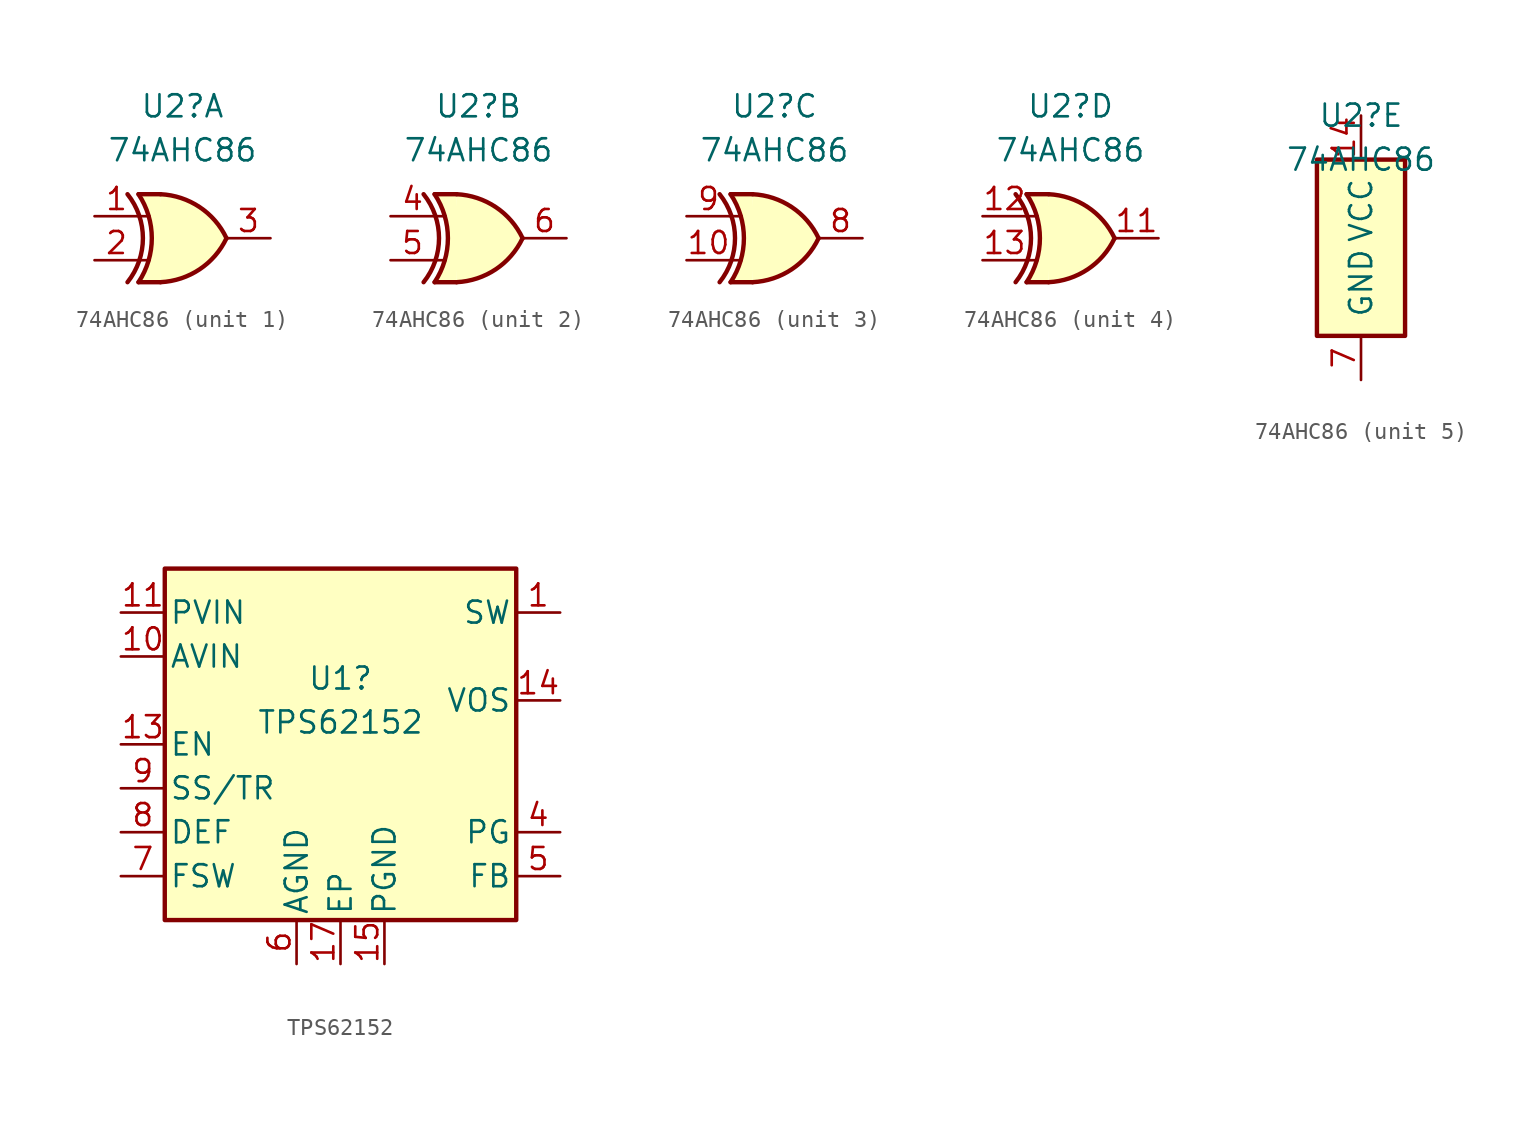
<source format=kicad_sym>
(kicad_symbol_lib
  (version 20220914)
  (generator kicad_symbol_editor)
  (symbol "74AHC86"
    (pin_names
      (offset 1.016))
    (property "Reference" "U2"
      (at 0 7.62 0)
      (effects (font (size 1.27 1.27))))
    (property "Value" "74AHC86"
      (at 0 5.08 0)
      (effects (font (size 1.27 1.27))))
    (property "ki_locked" ""
      (at 0 0 0)
      (effects (font (size 1.27 1.27))))
    (symbol "74AHC86_1_0"
      (arc (start -3.175 -2.54) (mid -2.2852 0) (end -3.175 2.54) (stroke (width 0.254) (type default)) (fill (type none)))
      (arc (start -2.54 -2.54) (mid -1.7719 0) (end -2.54 2.54) (stroke (width 0.254) (type default)) (fill (type none)))
      (arc (start -1.27 -2.54) (mid 0.9869 -1.7979) (end 2.54 0) (stroke (width 0.254) (type default)) (fill (type background)))
      (polyline (pts (xy -2.54 -2.54) (xy -1.27 -2.54)) (stroke (width 0.254) (type default)) (fill (type background)))
      (polyline (pts (xy -2.54 2.54) (xy -1.27 2.54)) (stroke (width 0.254) (type default)) (fill (type background)))
      (polyline (pts (xy -1.27 2.54) (xy -2.54 2.54) (xy -1.905 1.27) (xy -1.778 0) (xy -1.905 -1.27) (xy -2.54 -2.54) (xy -1.27 -2.54)) (stroke (width -25.4) (type default)) (fill (type background)))
      (arc (start 2.54 0) (mid 0.9869 1.7978) (end -1.27 2.54) (stroke (width 0.254) (type default)) (fill (type background)))
      (pin input line (at -5.08 1.27 0) (length 2.54) (name "~" (effects (font (size 1.27 1.27)))) (number "1" (effects (font (size 1.27 1.27)))))
      (pin input line (at -5.08 -1.27 0) (length 2.54) (name "~" (effects (font (size 1.27 1.27)))) (number "2" (effects (font (size 1.27 1.27)))))
      (pin output line (at 5.08 0 180) (length 2.54) (name "~" (effects (font (size 1.27 1.27)))) (number "3" (effects (font (size 1.27 1.27))))))
    (symbol "74AHC86_1_1"
      (polyline (pts (xy -2.54 -1.27) (xy -1.905 -1.27)) (stroke (width 0.152) (type default)) (fill (type none)))
      (polyline (pts (xy -2.54 1.27) (xy -1.905 1.27)) (stroke (width 0.152) (type default)) (fill (type none))))
    (symbol "74AHC86_2_0"
      (arc (start -3.1693 -2.54) (mid -2.2795 0) (end -3.1693 2.54) (stroke (width 0.254) (type default)) (fill (type none)))
      (arc (start -2.5343 -2.54) (mid -1.7662 0) (end -2.5343 2.54) (stroke (width 0.254) (type default)) (fill (type none)))
      (arc (start -1.2643 -2.54) (mid 0.9926 -1.7979) (end 2.5457 0) (stroke (width 0.254) (type default)) (fill (type background)))
      (polyline (pts (xy -2.534 -2.54) (xy -1.264 -2.54)) (stroke (width 0.254) (type default)) (fill (type background)))
      (polyline (pts (xy -2.534 2.54) (xy -1.264 2.54)) (stroke (width 0.254) (type default)) (fill (type background)))
      (polyline (pts (xy -1.264 2.54) (xy -2.534 2.54) (xy -1.899 1.27) (xy -1.772 0) (xy -1.899 -1.27) (xy -2.534 -2.54) (xy -1.264 -2.54)) (stroke (width -25.4) (type default)) (fill (type background)))
      (arc (start 2.5457 0) (mid 0.9926 1.7978) (end -1.2643 2.54) (stroke (width 0.254) (type default)) (fill (type background)))
      (pin input line (at -5.08 1.27 0) (length 2.54) (name "~" (effects (font (size 1.27 1.27)))) (number "4" (effects (font (size 1.27 1.27)))))
      (pin input line (at -5.08 -1.27 0) (length 2.54) (name "~" (effects (font (size 1.27 1.27)))) (number "5" (effects (font (size 1.27 1.27)))))
      (pin output line (at 5.08 0 180) (length 2.54) (name "~" (effects (font (size 1.27 1.27)))) (number "6" (effects (font (size 1.27 1.27))))))
    (symbol "74AHC86_2_1"
      (polyline (pts (xy -2.534 -1.27) (xy -1.899 -1.27)) (stroke (width 0.152) (type default)) (fill (type none)))
      (polyline (pts (xy -2.534 1.27) (xy -1.899 1.27)) (stroke (width 0.152) (type default)) (fill (type none))))
    (symbol "74AHC86_3_0"
      (arc (start -3.1693 -2.54) (mid -2.2795 0) (end -3.1693 2.54) (stroke (width 0.254) (type default)) (fill (type none)))
      (arc (start -2.5343 -2.54) (mid -1.7662 0) (end -2.5343 2.54) (stroke (width 0.254) (type default)) (fill (type none)))
      (arc (start -1.2643 -2.54) (mid 0.9926 -1.7979) (end 2.5457 0) (stroke (width 0.254) (type default)) (fill (type background)))
      (polyline (pts (xy -2.534 -2.54) (xy -1.264 -2.54)) (stroke (width 0.254) (type default)) (fill (type background)))
      (polyline (pts (xy -2.534 2.54) (xy -1.264 2.54)) (stroke (width 0.254) (type default)) (fill (type background)))
      (polyline (pts (xy -1.264 2.54) (xy -2.534 2.54) (xy -1.899 1.27) (xy -1.772 0) (xy -1.899 -1.27) (xy -2.534 -2.54) (xy -1.264 -2.54)) (stroke (width -25.4) (type default)) (fill (type background)))
      (arc (start 2.5457 0) (mid 0.9926 1.7978) (end -1.2643 2.54) (stroke (width 0.254) (type default)) (fill (type background)))
      (pin input line (at -5.08 -1.27 0) (length 2.54) (name "~" (effects (font (size 1.27 1.27)))) (number "10" (effects (font (size 1.27 1.27)))))
      (pin output line (at 5.08 0 180) (length 2.54) (name "~" (effects (font (size 1.27 1.27)))) (number "8" (effects (font (size 1.27 1.27)))))
      (pin input line (at -5.08 1.27 0) (length 2.54) (name "~" (effects (font (size 1.27 1.27)))) (number "9" (effects (font (size 1.27 1.27))))))
    (symbol "74AHC86_3_1"
      (polyline (pts (xy -2.534 -1.27) (xy -1.899 -1.27)) (stroke (width 0.152) (type default)) (fill (type none)))
      (polyline (pts (xy -2.534 1.27) (xy -1.899 1.27)) (stroke (width 0.152) (type default)) (fill (type none))))
    (symbol "74AHC86_4_0"
      (arc (start -3.1693 -2.54) (mid -2.2795 0) (end -3.1693 2.54) (stroke (width 0.254) (type default)) (fill (type none)))
      (arc (start -2.5343 -2.54) (mid -1.7662 0) (end -2.5343 2.54) (stroke (width 0.254) (type default)) (fill (type none)))
      (arc (start -1.2643 -2.54) (mid 0.9926 -1.7979) (end 2.5457 0) (stroke (width 0.254) (type default)) (fill (type background)))
      (polyline (pts (xy -2.534 -2.54) (xy -1.264 -2.54)) (stroke (width 0.254) (type default)) (fill (type background)))
      (polyline (pts (xy -2.534 2.54) (xy -1.264 2.54)) (stroke (width 0.254) (type default)) (fill (type background)))
      (polyline (pts (xy -1.264 2.54) (xy -2.534 2.54) (xy -1.899 1.27) (xy -1.772 0) (xy -1.899 -1.27) (xy -2.534 -2.54) (xy -1.264 -2.54)) (stroke (width -25.4) (type default)) (fill (type background)))
      (arc (start 2.5457 0) (mid 0.9926 1.7978) (end -1.2643 2.54) (stroke (width 0.254) (type default)) (fill (type background)))
      (pin output line (at 5.08 0 180) (length 2.54) (name "~" (effects (font (size 1.27 1.27)))) (number "11" (effects (font (size 1.27 1.27)))))
      (pin input line (at -5.08 1.27 0) (length 2.54) (name "~" (effects (font (size 1.27 1.27)))) (number "12" (effects (font (size 1.27 1.27)))))
      (pin input line (at -5.08 -1.27 0) (length 2.54) (name "~" (effects (font (size 1.27 1.27)))) (number "13" (effects (font (size 1.27 1.27))))))
    (symbol "74AHC86_4_1"
      (polyline (pts (xy -2.534 -1.27) (xy -1.899 -1.27)) (stroke (width 0.152) (type default)) (fill (type none)))
      (polyline (pts (xy -2.534 1.27) (xy -1.899 1.27)) (stroke (width 0.152) (type default)) (fill (type none))))
    (symbol "74AHC86_5_0"
      (pin power_in line (at 0 7.62 270) (length 2.54) (name "VCC" (effects (font (size 1.27 1.27)))) (number "14" (effects (font (size 1.27 1.27)))))
      (pin power_in line (at 0 -7.62 90) (length 2.54) (name "GND" (effects (font (size 1.27 1.27)))) (number "7" (effects (font (size 1.27 1.27))))))
    (symbol "74AHC86_5_1"
      (rectangle (start -2.54 5.08) (end 2.54 -5.08) (stroke (width 0.254) (type default)) (fill (type background)))))
  (symbol "TPS62152"
    (pin_names
      (offset 0.254))
    (property "Reference" "U1"
      (at 0 3.81 0)
      (effects (font (size 1.27 1.27))))
    (property "Value" "TPS62152"
      (at 0 1.27 0)
      (effects (font (size 1.27 1.27))))
    (symbol "TPS62152_0_1"
      (rectangle (start -10.16 10.16) (end 10.16 -10.16) (stroke (width 0.254) (type default)) (fill (type background))))
    (symbol "TPS62152_1_1"
      (pin output line (at 12.7 7.62 180) (length 2.54) (name "SW" (effects (font (size 1.27 1.27)))) (number "1" (effects (font (size 1.27 1.27)))))
      (pin power_in line (at -12.7 5.08 0) (length 2.54) (name "AVIN" (effects (font (size 1.27 1.27)))) (number "10" (effects (font (size 1.27 1.27)))))
      (pin power_in line (at -12.7 7.62 0) (length 2.54) (name "PVIN" (effects (font (size 1.27 1.27)))) (number "11" (effects (font (size 1.27 1.27)))))
      (pin passive line (at -12.7 7.62 0) (length 2.54) hide (name "PVIN" (effects (font (size 1.27 1.27)))) (number "12" (effects (font (size 1.27 1.27)))))
      (pin input line (at -12.7 0 0) (length 2.54) (name "EN" (effects (font (size 1.27 1.27)))) (number "13" (effects (font (size 1.27 1.27)))))
      (pin input line (at 12.7 2.54 180) (length 2.54) (name "VOS" (effects (font (size 1.27 1.27)))) (number "14" (effects (font (size 1.27 1.27)))))
      (pin power_in line (at 2.54 -12.7 90) (length 2.54) (name "PGND" (effects (font (size 1.27 1.27)))) (number "15" (effects (font (size 1.27 1.27)))))
      (pin passive line (at 2.54 -12.7 90) (length 2.54) hide (name "PGND" (effects (font (size 1.27 1.27)))) (number "16" (effects (font (size 1.27 1.27)))))
      (pin power_in line (at 0 -12.7 90) (length 2.54) (name "EP" (effects (font (size 1.27 1.27)))) (number "17" (effects (font (size 1.27 1.27)))))
      (pin passive line (at 12.7 7.62 180) (length 2.54) hide (name "SW" (effects (font (size 1.27 1.27)))) (number "2" (effects (font (size 1.27 1.27)))))
      (pin passive line (at 12.7 7.62 180) (length 2.54) hide (name "SW" (effects (font (size 1.27 1.27)))) (number "3" (effects (font (size 1.27 1.27)))))
      (pin open_collector line (at 12.7 -5.08 180) (length 2.54) (name "PG" (effects (font (size 1.27 1.27)))) (number "4" (effects (font (size 1.27 1.27)))))
      (pin input line (at 12.7 -7.62 180) (length 2.54) (name "FB" (effects (font (size 1.27 1.27)))) (number "5" (effects (font (size 1.27 1.27)))))
      (pin power_in line (at -2.54 -12.7 90) (length 2.54) (name "AGND" (effects (font (size 1.27 1.27)))) (number "6" (effects (font (size 1.27 1.27)))))
      (pin input line (at -12.7 -7.62 0) (length 2.54) (name "FSW" (effects (font (size 1.27 1.27)))) (number "7" (effects (font (size 1.27 1.27)))))
      (pin input line (at -12.7 -5.08 0) (length 2.54) (name "DEF" (effects (font (size 1.27 1.27)))) (number "8" (effects (font (size 1.27 1.27)))))
      (pin input line (at -12.7 -2.54 0) (length 2.54) (name "SS/TR" (effects (font (size 1.27 1.27)))) (number "9" (effects (font (size 1.27 1.27))))))))
</source>
